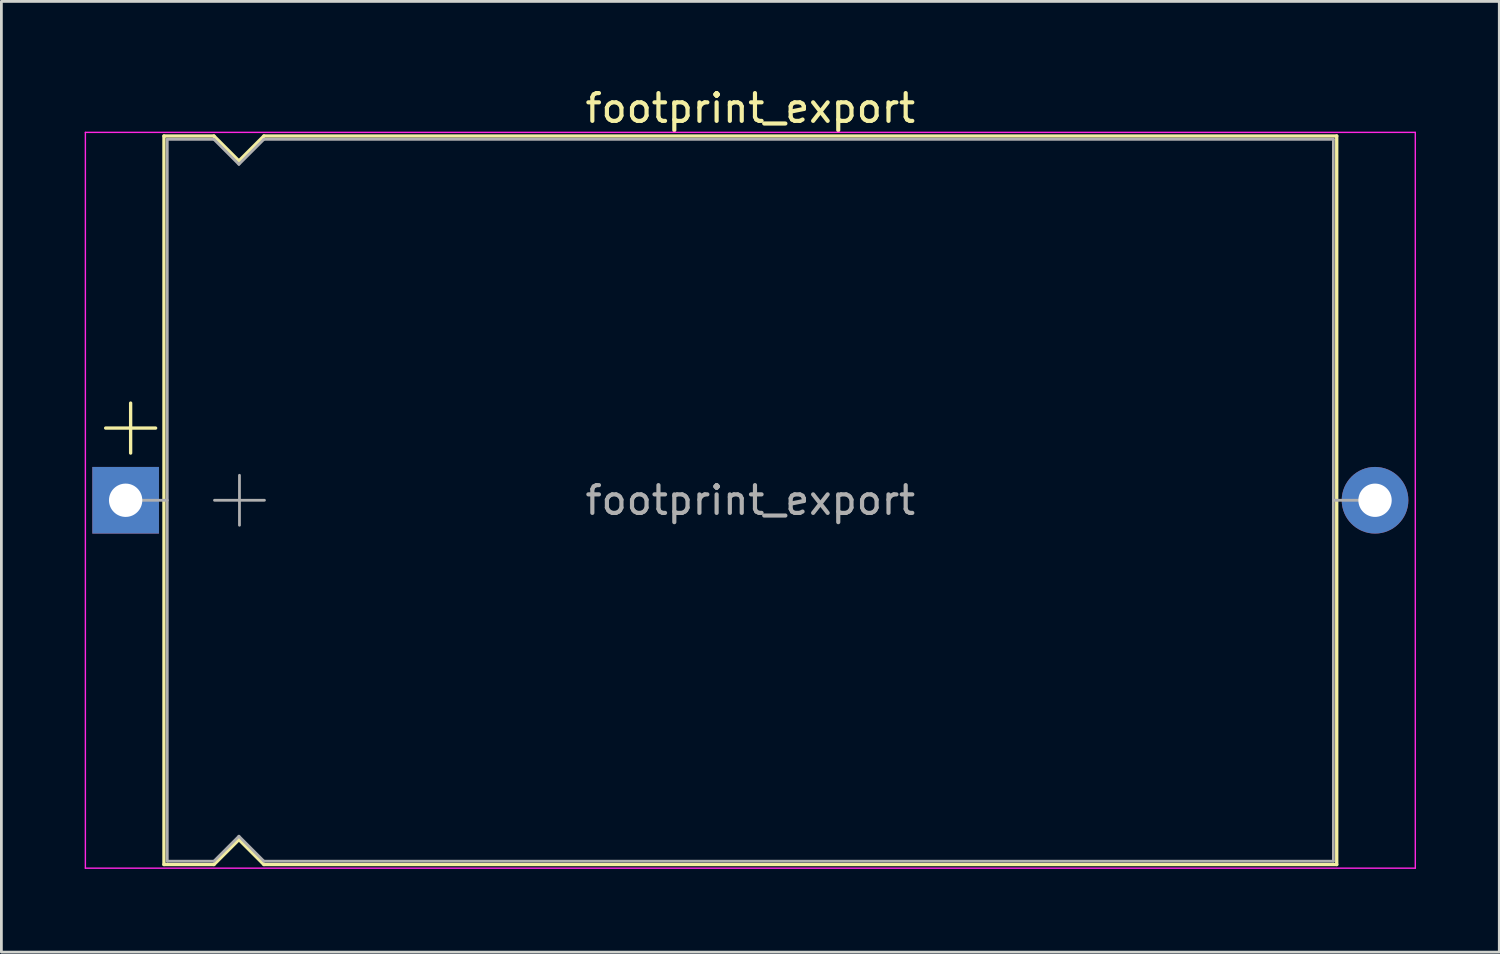
<source format=kicad_pcb>
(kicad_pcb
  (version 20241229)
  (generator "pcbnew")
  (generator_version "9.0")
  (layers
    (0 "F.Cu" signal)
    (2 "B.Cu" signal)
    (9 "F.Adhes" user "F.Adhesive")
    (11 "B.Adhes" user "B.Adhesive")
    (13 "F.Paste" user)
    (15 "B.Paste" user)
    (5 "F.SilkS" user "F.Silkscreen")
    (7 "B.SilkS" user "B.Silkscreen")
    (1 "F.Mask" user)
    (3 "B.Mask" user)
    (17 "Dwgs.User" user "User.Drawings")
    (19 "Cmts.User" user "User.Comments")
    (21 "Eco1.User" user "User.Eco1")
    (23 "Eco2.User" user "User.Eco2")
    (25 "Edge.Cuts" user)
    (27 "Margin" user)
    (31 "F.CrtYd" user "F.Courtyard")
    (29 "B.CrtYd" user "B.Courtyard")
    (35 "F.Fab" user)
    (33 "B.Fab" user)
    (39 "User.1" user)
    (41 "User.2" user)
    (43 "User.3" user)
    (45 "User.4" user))
  (footprint "footprint_export"
    (layer "F.Cu")
    (at 1.475 14.968)
    (property "Reference" "footprint_export" (at 22.5 -14.12 0) (layer "F.SilkS") (effects (font (size 1 1) (thickness 0.15))))
    (attr through_hole)
    (fp_line (start -0.72 -2.6) (end 1.08 -2.6) (stroke (width 0.12) (type solid)) (layer "F.SilkS"))
    (fp_line (start 0.18 -3.5) (end 0.18 -1.7) (stroke (width 0.12) (type solid)) (layer "F.SilkS"))
    (fp_line (start 1.38 -13.12) (end 1.38 13.12) (stroke (width 0.12) (type solid)) (layer "F.SilkS"))
    (fp_line (start 1.38 -13.12) (end 3.18 -13.12) (stroke (width 0.12) (type solid)) (layer "F.SilkS"))
    (fp_line (start 1.38 13.12) (end 3.18 13.12) (stroke (width 0.12) (type solid)) (layer "F.SilkS"))
    (fp_line (start 3.18 -13.12) (end 4.08 -12.22) (stroke (width 0.12) (type solid)) (layer "F.SilkS"))
    (fp_line (start 3.18 13.12) (end 4.08 12.22) (stroke (width 0.12) (type solid)) (layer "F.SilkS"))
    (fp_line (start 4.08 -12.22) (end 4.98 -13.12) (stroke (width 0.12) (type solid)) (layer "F.SilkS"))
    (fp_line (start 4.08 12.22) (end 4.98 13.12) (stroke (width 0.12) (type solid)) (layer "F.SilkS"))
    (fp_line (start 4.98 -13.12) (end 43.62 -13.12) (stroke (width 0.12) (type solid)) (layer "F.SilkS"))
    (fp_line (start 4.98 13.12) (end 43.62 13.12) (stroke (width 0.12) (type solid)) (layer "F.SilkS"))
    (fp_line (start 43.62 -13.12) (end 43.62 13.12) (stroke (width 0.12) (type solid)) (layer "F.SilkS"))
    (fp_line (start -1.45 -13.25) (end -1.45 13.25) (stroke (width 0.05) (type solid)) (layer "F.CrtYd"))
    (fp_line (start -1.45 13.25) (end 46.45 13.25) (stroke (width 0.05) (type solid)) (layer "F.CrtYd"))
    (fp_line (start 46.45 -13.25) (end -1.45 -13.25) (stroke (width 0.05) (type solid)) (layer "F.CrtYd"))
    (fp_line (start 46.45 13.25) (end 46.45 -13.25) (stroke (width 0.05) (type solid)) (layer "F.CrtYd"))
    (fp_line (start 0 0) (end 1.5 0) (stroke (width 0.1) (type solid)) (layer "F.Fab"))
    (fp_line (start 1.5 -13) (end 1.5 13) (stroke (width 0.1) (type solid)) (layer "F.Fab"))
    (fp_line (start 1.5 -13) (end 3.18 -13) (stroke (width 0.1) (type solid)) (layer "F.Fab"))
    (fp_line (start 1.5 13) (end 3.18 13) (stroke (width 0.1) (type solid)) (layer "F.Fab"))
    (fp_line (start 3.18 -13) (end 4.08 -12.1) (stroke (width 0.1) (type solid)) (layer "F.Fab"))
    (fp_line (start 3.18 13) (end 4.08 12.1) (stroke (width 0.1) (type solid)) (layer "F.Fab"))
    (fp_line (start 3.2 0) (end 5 0) (stroke (width 0.1) (type solid)) (layer "F.Fab"))
    (fp_line (start 4.08 -12.1) (end 4.98 -13) (stroke (width 0.1) (type solid)) (layer "F.Fab"))
    (fp_line (start 4.08 12.1) (end 4.98 13) (stroke (width 0.1) (type solid)) (layer "F.Fab"))
    (fp_line (start 4.1 -0.9) (end 4.1 0.9) (stroke (width 0.1) (type solid)) (layer "F.Fab"))
    (fp_line (start 4.98 -13) (end 43.5 -13) (stroke (width 0.1) (type solid)) (layer "F.Fab"))
    (fp_line (start 4.98 13) (end 43.5 13) (stroke (width 0.1) (type solid)) (layer "F.Fab"))
    (fp_line (start 43.5 -13) (end 43.5 13) (stroke (width 0.1) (type solid)) (layer "F.Fab"))
    (fp_line (start 45 0) (end 43.5 0) (stroke (width 0.1) (type solid)) (layer "F.Fab"))
    (fp_text user "${REFERENCE}" (at 22.5 0 0) (layer "F.Fab") (effects (font (size 1 1) (thickness 0.15))))
    (pad "1" thru_hole rect (at 0 0) (size 2.4 2.4) (drill 1.2) (layers "*.Cu" "*.Mask"))
    (pad "2" thru_hole oval (at 45 0) (size 2.4 2.4) (drill 1.2) (layers "*.Cu" "*.Mask")))
  (gr_rect
    (start -3 -3)
    (end 50.95 31.243)
    (stroke (width 0.1) (type default))
    (fill no)
    (layer "Edge.Cuts")))
</source>
